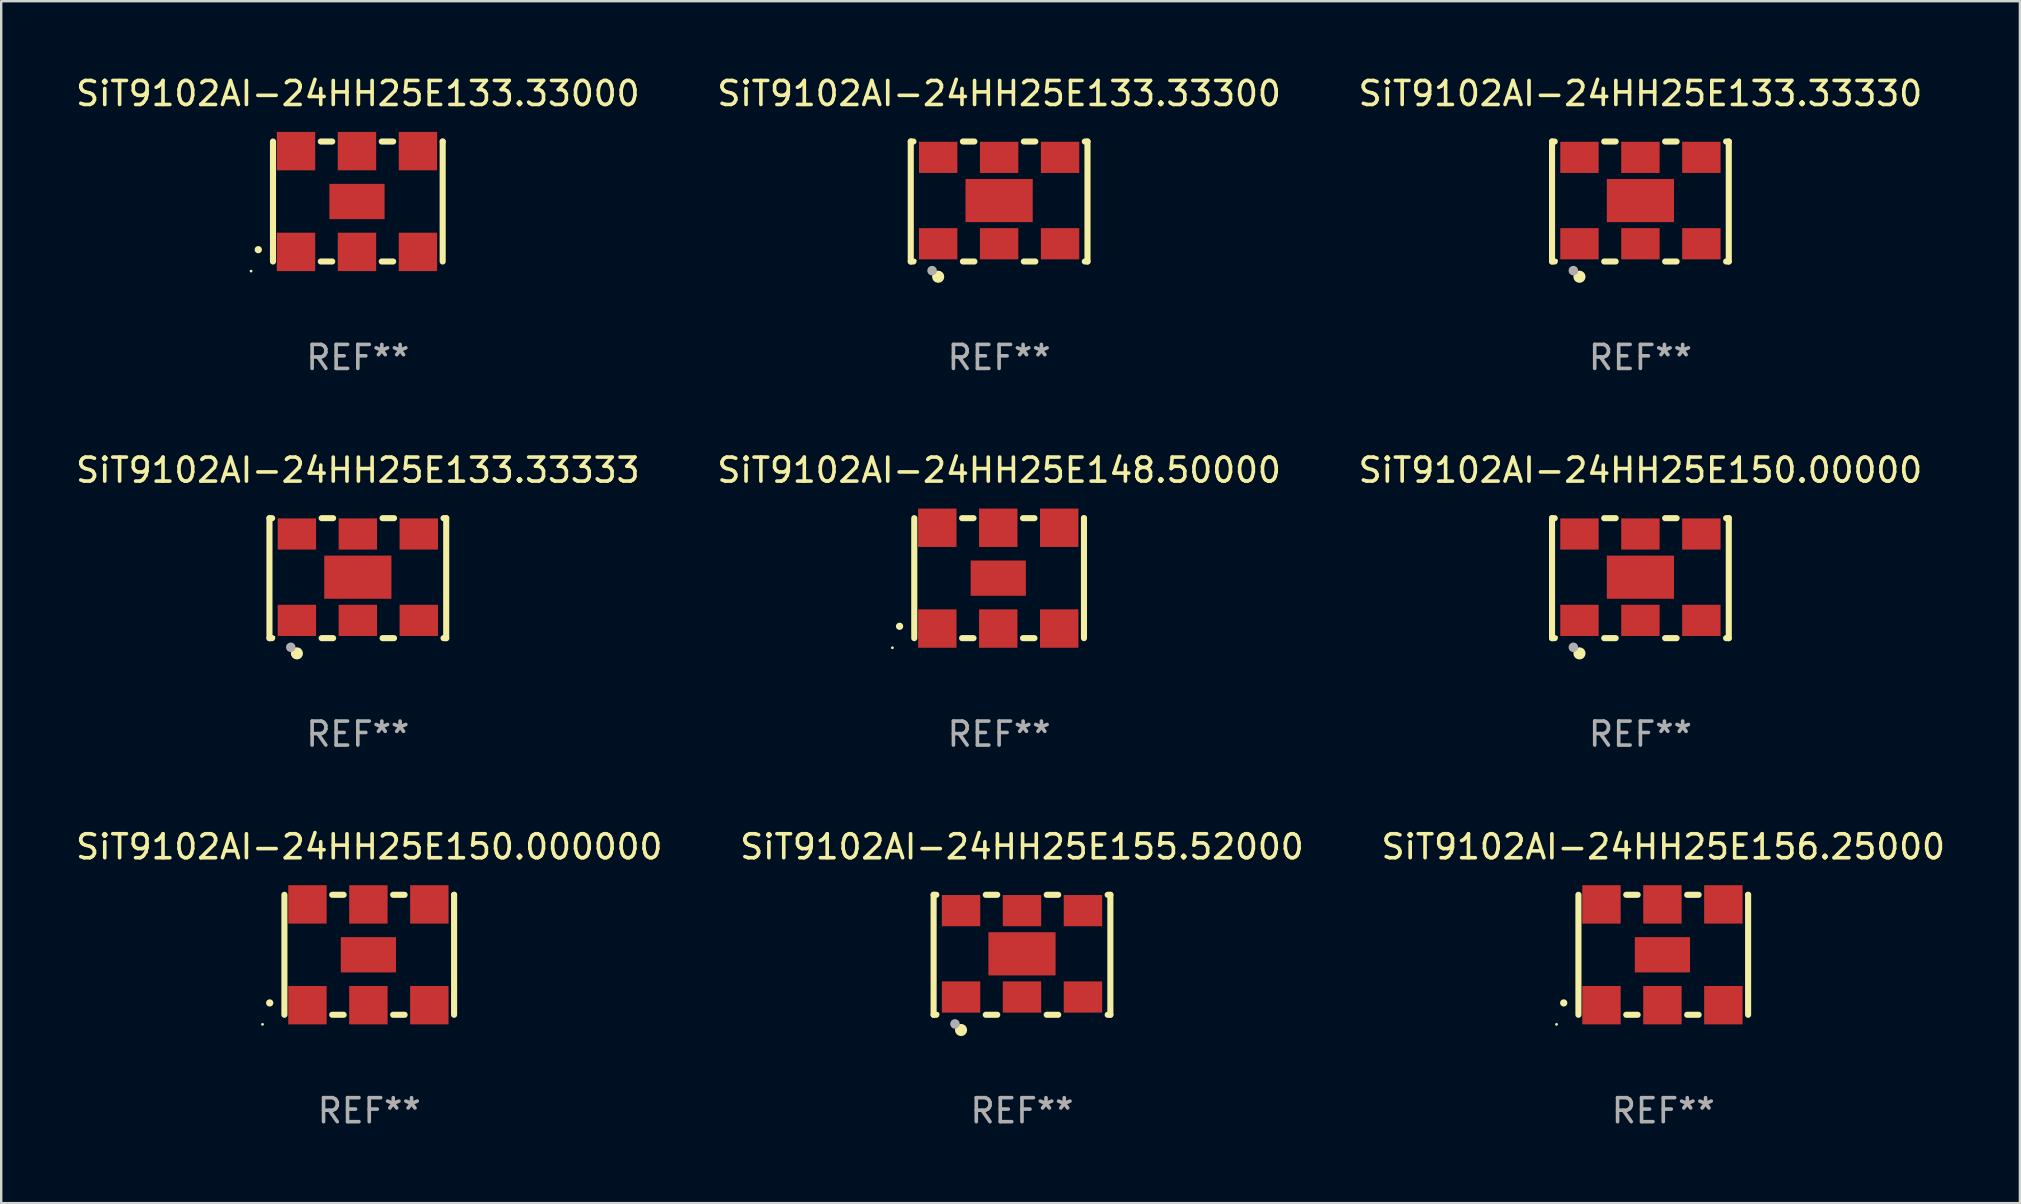
<source format=kicad_pcb>
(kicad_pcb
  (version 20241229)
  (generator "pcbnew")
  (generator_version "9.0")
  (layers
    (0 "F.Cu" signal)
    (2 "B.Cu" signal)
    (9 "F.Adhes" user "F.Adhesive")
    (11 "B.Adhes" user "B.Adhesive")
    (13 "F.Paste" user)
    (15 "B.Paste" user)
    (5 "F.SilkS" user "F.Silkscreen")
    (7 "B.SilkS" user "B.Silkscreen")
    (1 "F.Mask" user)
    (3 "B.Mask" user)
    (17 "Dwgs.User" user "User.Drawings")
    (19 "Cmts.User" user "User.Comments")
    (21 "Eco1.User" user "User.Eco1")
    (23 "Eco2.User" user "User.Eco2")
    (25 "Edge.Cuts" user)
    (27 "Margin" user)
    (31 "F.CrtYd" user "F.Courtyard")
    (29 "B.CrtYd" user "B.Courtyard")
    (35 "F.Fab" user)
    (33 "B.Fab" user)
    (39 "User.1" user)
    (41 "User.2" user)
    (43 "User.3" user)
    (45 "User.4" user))
  (footprint "SiT9102AI-24HH25E156.25000"
    (layer "F.Cu")
    (at 66.268 36.741)
    (property "Reference" "SiT9102AI-24HH25E156.25000" (at 0 -4.5 0) (layer "F.SilkS") (effects (font (size 1 1) (thickness 0.15))))
    (attr through_hole)
    (fp_line (start -3.536 -2.5) (end -3.536 2.5) (stroke (width 0.254) (type solid)) (layer "F.SilkS"))
    (fp_line (start -1.544 2.5) (end -1.067 2.5) (stroke (width 0.254) (type solid)) (layer "F.SilkS"))
    (fp_line (start -1.067 -2.5) (end -1.544 -2.5) (stroke (width 0.254) (type solid)) (layer "F.SilkS"))
    (fp_line (start 0.996 2.5) (end 1.473 2.5) (stroke (width 0.254) (type solid)) (layer "F.SilkS"))
    (fp_line (start 1.473 -2.5) (end 0.996 -2.5) (stroke (width 0.254) (type solid)) (layer "F.SilkS"))
    (fp_line (start 3.536 -2.5) (end 3.536 -2.5) (stroke (width 0.254) (type solid)) (layer "F.SilkS"))
    (fp_line (start 3.536 2.5) (end 3.536 -2.5) (stroke (width 0.254) (type solid)) (layer "F.SilkS"))
    (fp_arc (start -4.150432 2.006604) (mid -4.149162 2.006599) (end -4.147892 2.006604) (stroke (width 0.3) (type solid)) (layer "F.SilkS"))
    (fp_circle (center -4.449 2.9) (end -4.419 2.9) (stroke (width 0.06) (type solid)) (fill no) (layer "F.SilkS"))
    (fp_text user "REF**" (at 0 6.5 0) (layer "F.Fab") (effects (font (size 1 1) (thickness 0.15))))
    (pad "1" smd rect (at -2.576 2.1) (size 1.6 1.6) (layers "F.Cu" "F.Mask" "F.Paste"))
    (pad "2" smd rect (at -0.036 2.1) (size 1.6 1.6) (layers "F.Cu" "F.Mask" "F.Paste"))
    (pad "3" smd rect (at 2.504 2.1) (size 1.6 1.6) (layers "F.Cu" "F.Mask" "F.Paste"))
    (pad "4" smd rect (at 2.504 -2.1) (size 1.6 1.6) (layers "F.Cu" "F.Mask" "F.Paste"))
    (pad "5" smd rect (at -0.036 -2.1) (size 1.6 1.6) (layers "F.Cu" "F.Mask" "F.Paste"))
    (pad "6" smd rect (at -2.576 -2.1) (size 1.6 1.6) (layers "F.Cu" "F.Mask" "F.Paste"))
    (pad "7" smd rect (at -0.036 0) (size 2.3 1.47) (layers "F.Cu" "F.Mask" "F.Paste")))
  (footprint "SiT9102AI-24HH25E133.33000"
    (layer "F.Cu")
    (at 11.863 5.348)
    (property "Reference" "SiT9102AI-24HH25E133.33000" (at 0 -4.5 0) (layer "F.SilkS") (effects (font (size 1 1) (thickness 0.15))))
    (attr through_hole)
    (fp_line (start -3.536 -2.5) (end -3.536 2.5) (stroke (width 0.254) (type solid)) (layer "F.SilkS"))
    (fp_line (start -1.544 2.5) (end -1.067 2.5) (stroke (width 0.254) (type solid)) (layer "F.SilkS"))
    (fp_line (start -1.067 -2.5) (end -1.544 -2.5) (stroke (width 0.254) (type solid)) (layer "F.SilkS"))
    (fp_line (start 0.996 2.5) (end 1.473 2.5) (stroke (width 0.254) (type solid)) (layer "F.SilkS"))
    (fp_line (start 1.473 -2.5) (end 0.996 -2.5) (stroke (width 0.254) (type solid)) (layer "F.SilkS"))
    (fp_line (start 3.536 -2.5) (end 3.536 -2.5) (stroke (width 0.254) (type solid)) (layer "F.SilkS"))
    (fp_line (start 3.536 2.5) (end 3.536 -2.5) (stroke (width 0.254) (type solid)) (layer "F.SilkS"))
    (fp_arc (start -4.150432 2.006604) (mid -4.149162 2.006599) (end -4.147892 2.006604) (stroke (width 0.3) (type solid)) (layer "F.SilkS"))
    (fp_circle (center -4.449 2.9) (end -4.419 2.9) (stroke (width 0.06) (type solid)) (fill no) (layer "F.SilkS"))
    (fp_text user "REF**" (at 0 6.5 0) (layer "F.Fab") (effects (font (size 1 1) (thickness 0.15))))
    (pad "1" smd rect (at -2.576 2.1) (size 1.6 1.6) (layers "F.Cu" "F.Mask" "F.Paste"))
    (pad "2" smd rect (at -0.036 2.1) (size 1.6 1.6) (layers "F.Cu" "F.Mask" "F.Paste"))
    (pad "3" smd rect (at 2.504 2.1) (size 1.6 1.6) (layers "F.Cu" "F.Mask" "F.Paste"))
    (pad "4" smd rect (at 2.504 -2.1) (size 1.6 1.6) (layers "F.Cu" "F.Mask" "F.Paste"))
    (pad "5" smd rect (at -0.036 -2.1) (size 1.6 1.6) (layers "F.Cu" "F.Mask" "F.Paste"))
    (pad "6" smd rect (at -2.576 -2.1) (size 1.6 1.6) (layers "F.Cu" "F.Mask" "F.Paste"))
    (pad "7" smd rect (at -0.036 0) (size 2.3 1.47) (layers "F.Cu" "F.Mask" "F.Paste")))
  (footprint "SiT9102AI-24HH25E150.000000"
    (layer "F.Cu")
    (at 12.339 36.741)
    (property "Reference" "SiT9102AI-24HH25E150.000000" (at 0 -4.5 0) (layer "F.SilkS") (effects (font (size 1 1) (thickness 0.15))))
    (attr through_hole)
    (fp_line (start -3.536 -2.5) (end -3.536 2.5) (stroke (width 0.254) (type solid)) (layer "F.SilkS"))
    (fp_line (start -1.544 2.5) (end -1.067 2.5) (stroke (width 0.254) (type solid)) (layer "F.SilkS"))
    (fp_line (start -1.067 -2.5) (end -1.544 -2.5) (stroke (width 0.254) (type solid)) (layer "F.SilkS"))
    (fp_line (start 0.996 2.5) (end 1.473 2.5) (stroke (width 0.254) (type solid)) (layer "F.SilkS"))
    (fp_line (start 1.473 -2.5) (end 0.996 -2.5) (stroke (width 0.254) (type solid)) (layer "F.SilkS"))
    (fp_line (start 3.536 -2.5) (end 3.536 -2.5) (stroke (width 0.254) (type solid)) (layer "F.SilkS"))
    (fp_line (start 3.536 2.5) (end 3.536 -2.5) (stroke (width 0.254) (type solid)) (layer "F.SilkS"))
    (fp_arc (start -4.150432 2.006604) (mid -4.149162 2.006599) (end -4.147892 2.006604) (stroke (width 0.3) (type solid)) (layer "F.SilkS"))
    (fp_circle (center -4.449 2.9) (end -4.419 2.9) (stroke (width 0.06) (type solid)) (fill no) (layer "F.SilkS"))
    (fp_text user "REF**" (at 0 6.5 0) (layer "F.Fab") (effects (font (size 1 1) (thickness 0.15))))
    (pad "1" smd rect (at -2.576 2.1) (size 1.6 1.6) (layers "F.Cu" "F.Mask" "F.Paste"))
    (pad "2" smd rect (at -0.036 2.1) (size 1.6 1.6) (layers "F.Cu" "F.Mask" "F.Paste"))
    (pad "3" smd rect (at 2.504 2.1) (size 1.6 1.6) (layers "F.Cu" "F.Mask" "F.Paste"))
    (pad "4" smd rect (at 2.504 -2.1) (size 1.6 1.6) (layers "F.Cu" "F.Mask" "F.Paste"))
    (pad "5" smd rect (at -0.036 -2.1) (size 1.6 1.6) (layers "F.Cu" "F.Mask" "F.Paste"))
    (pad "6" smd rect (at -2.576 -2.1) (size 1.6 1.6) (layers "F.Cu" "F.Mask" "F.Paste"))
    (pad "7" smd rect (at -0.036 0) (size 2.3 1.47) (layers "F.Cu" "F.Mask" "F.Paste")))
  (footprint "SiT9102AI-24HH25E133.33330"
    (layer "F.Cu")
    (at 65.315 5.348)
    (property "Reference" "SiT9102AI-24HH25E133.33330" (at 0 -4.5 0) (layer "F.SilkS") (effects (font (size 1 1) (thickness 0.15))))
    (attr through_hole)
    (fp_line (start -3.683 -2.5) (end -3.571 -2.5) (stroke (width 0.254) (type solid)) (layer "F.SilkS"))
    (fp_line (start -3.683 2.5) (end -3.683 -2.5) (stroke (width 0.254) (type solid)) (layer "F.SilkS"))
    (fp_line (start -3.683 2.5) (end -3.571 2.5) (stroke (width 0.254) (type solid)) (layer "F.SilkS"))
    (fp_line (start -1.509 -2.5) (end -1.031 -2.5) (stroke (width 0.254) (type solid)) (layer "F.SilkS"))
    (fp_line (start -1.509 2.5) (end -1.031 2.5) (stroke (width 0.254) (type solid)) (layer "F.SilkS"))
    (fp_line (start 1.031 -2.5) (end 1.509 -2.5) (stroke (width 0.254) (type solid)) (layer "F.SilkS"))
    (fp_line (start 1.031 2.5) (end 1.509 2.5) (stroke (width 0.254) (type solid)) (layer "F.SilkS"))
    (fp_line (start 3.571 -2.5) (end 3.683 -2.5) (stroke (width 0.254) (type solid)) (layer "F.SilkS"))
    (fp_line (start 3.571 2.5) (end 3.683 2.5) (stroke (width 0.254) (type solid)) (layer "F.SilkS"))
    (fp_line (start 3.683 2.5) (end 3.683 -2.5) (stroke (width 0.254) (type solid)) (layer "F.SilkS"))
    (fp_circle (center -3.5 2.46) (end -3.47 2.46) (stroke (width 0.06) (type solid)) (fill no) (layer "F.SilkS"))
    (fp_circle (center -2.54 3.135) (end -2.413 3.135) (stroke (width 0.254) (type solid)) (fill no) (layer "F.SilkS"))
    (fp_circle (center -2.794 2.881) (end -2.694 2.881) (stroke (width 0.2) (type solid)) (fill no) (layer "F.Fab"))
    (fp_text user "REF**" (at 0 6.5 0) (layer "F.Fab") (effects (font (size 1 1) (thickness 0.15))))
    (pad "1" smd rect (at -2.54 1.76) (size 1.6 1.3) (layers "F.Cu" "F.Mask" "F.Paste"))
    (pad "2" smd rect (at 0 1.76) (size 1.6 1.3) (layers "F.Cu" "F.Mask" "F.Paste"))
    (pad "3" smd rect (at 2.54 1.76) (size 1.6 1.3) (layers "F.Cu" "F.Mask" "F.Paste"))
    (pad "4" smd rect (at 2.54 -1.84) (size 1.6 1.3) (layers "F.Cu" "F.Mask" "F.Paste"))
    (pad "5" smd rect (at 0 -1.84) (size 1.6 1.3) (layers "F.Cu" "F.Mask" "F.Paste"))
    (pad "6" smd rect (at -2.54 -1.84) (size 1.6 1.3) (layers "F.Cu" "F.Mask" "F.Paste"))
    (pad "7" smd rect (at 0 -0.04) (size 2.8 1.8) (layers "F.Cu" "F.Mask" "F.Paste")))
  (footprint "SiT9102AI-24HH25E133.33333"
    (layer "F.Cu")
    (at 11.863 21.045)
    (property "Reference" "SiT9102AI-24HH25E133.33333" (at 0 -4.5 0) (layer "F.SilkS") (effects (font (size 1 1) (thickness 0.15))))
    (attr through_hole)
    (fp_line (start -3.683 -2.5) (end -3.571 -2.5) (stroke (width 0.254) (type solid)) (layer "F.SilkS"))
    (fp_line (start -3.683 2.5) (end -3.683 -2.5) (stroke (width 0.254) (type solid)) (layer "F.SilkS"))
    (fp_line (start -3.683 2.5) (end -3.571 2.5) (stroke (width 0.254) (type solid)) (layer "F.SilkS"))
    (fp_line (start -1.509 -2.5) (end -1.031 -2.5) (stroke (width 0.254) (type solid)) (layer "F.SilkS"))
    (fp_line (start -1.509 2.5) (end -1.031 2.5) (stroke (width 0.254) (type solid)) (layer "F.SilkS"))
    (fp_line (start 1.031 -2.5) (end 1.509 -2.5) (stroke (width 0.254) (type solid)) (layer "F.SilkS"))
    (fp_line (start 1.031 2.5) (end 1.509 2.5) (stroke (width 0.254) (type solid)) (layer "F.SilkS"))
    (fp_line (start 3.571 -2.5) (end 3.683 -2.5) (stroke (width 0.254) (type solid)) (layer "F.SilkS"))
    (fp_line (start 3.571 2.5) (end 3.683 2.5) (stroke (width 0.254) (type solid)) (layer "F.SilkS"))
    (fp_line (start 3.683 2.5) (end 3.683 -2.5) (stroke (width 0.254) (type solid)) (layer "F.SilkS"))
    (fp_circle (center -3.5 2.46) (end -3.47 2.46) (stroke (width 0.06) (type solid)) (fill no) (layer "F.SilkS"))
    (fp_circle (center -2.54 3.135) (end -2.413 3.135) (stroke (width 0.254) (type solid)) (fill no) (layer "F.SilkS"))
    (fp_circle (center -2.794 2.881) (end -2.694 2.881) (stroke (width 0.2) (type solid)) (fill no) (layer "F.Fab"))
    (fp_text user "REF**" (at 0 6.5 0) (layer "F.Fab") (effects (font (size 1 1) (thickness 0.15))))
    (pad "1" smd rect (at -2.54 1.76) (size 1.6 1.3) (layers "F.Cu" "F.Mask" "F.Paste"))
    (pad "2" smd rect (at 0 1.76) (size 1.6 1.3) (layers "F.Cu" "F.Mask" "F.Paste"))
    (pad "3" smd rect (at 2.54 1.76) (size 1.6 1.3) (layers "F.Cu" "F.Mask" "F.Paste"))
    (pad "4" smd rect (at 2.54 -1.84) (size 1.6 1.3) (layers "F.Cu" "F.Mask" "F.Paste"))
    (pad "5" smd rect (at 0 -1.84) (size 1.6 1.3) (layers "F.Cu" "F.Mask" "F.Paste"))
    (pad "6" smd rect (at -2.54 -1.84) (size 1.6 1.3) (layers "F.Cu" "F.Mask" "F.Paste"))
    (pad "7" smd rect (at 0 -0.04) (size 2.8 1.8) (layers "F.Cu" "F.Mask" "F.Paste")))
  (footprint "SiT9102AI-24HH25E155.52000"
    (layer "F.Cu")
    (at 39.542 36.741)
    (property "Reference" "SiT9102AI-24HH25E155.52000" (at 0 -4.5 0) (layer "F.SilkS") (effects (font (size 1 1) (thickness 0.15))))
    (attr through_hole)
    (fp_line (start -3.683 -2.5) (end -3.571 -2.5) (stroke (width 0.254) (type solid)) (layer "F.SilkS"))
    (fp_line (start -3.683 2.5) (end -3.683 -2.5) (stroke (width 0.254) (type solid)) (layer "F.SilkS"))
    (fp_line (start -3.683 2.5) (end -3.571 2.5) (stroke (width 0.254) (type solid)) (layer "F.SilkS"))
    (fp_line (start -1.509 -2.5) (end -1.031 -2.5) (stroke (width 0.254) (type solid)) (layer "F.SilkS"))
    (fp_line (start -1.509 2.5) (end -1.031 2.5) (stroke (width 0.254) (type solid)) (layer "F.SilkS"))
    (fp_line (start 1.031 -2.5) (end 1.509 -2.5) (stroke (width 0.254) (type solid)) (layer "F.SilkS"))
    (fp_line (start 1.031 2.5) (end 1.509 2.5) (stroke (width 0.254) (type solid)) (layer "F.SilkS"))
    (fp_line (start 3.571 -2.5) (end 3.683 -2.5) (stroke (width 0.254) (type solid)) (layer "F.SilkS"))
    (fp_line (start 3.571 2.5) (end 3.683 2.5) (stroke (width 0.254) (type solid)) (layer "F.SilkS"))
    (fp_line (start 3.683 2.5) (end 3.683 -2.5) (stroke (width 0.254) (type solid)) (layer "F.SilkS"))
    (fp_circle (center -3.5 2.46) (end -3.47 2.46) (stroke (width 0.06) (type solid)) (fill no) (layer "F.SilkS"))
    (fp_circle (center -2.54 3.135) (end -2.413 3.135) (stroke (width 0.254) (type solid)) (fill no) (layer "F.SilkS"))
    (fp_circle (center -2.794 2.881) (end -2.694 2.881) (stroke (width 0.2) (type solid)) (fill no) (layer "F.Fab"))
    (fp_text user "REF**" (at 0 6.5 0) (layer "F.Fab") (effects (font (size 1 1) (thickness 0.15))))
    (pad "1" smd rect (at -2.54 1.76) (size 1.6 1.3) (layers "F.Cu" "F.Mask" "F.Paste"))
    (pad "2" smd rect (at 0 1.76) (size 1.6 1.3) (layers "F.Cu" "F.Mask" "F.Paste"))
    (pad "3" smd rect (at 2.54 1.76) (size 1.6 1.3) (layers "F.Cu" "F.Mask" "F.Paste"))
    (pad "4" smd rect (at 2.54 -1.84) (size 1.6 1.3) (layers "F.Cu" "F.Mask" "F.Paste"))
    (pad "5" smd rect (at 0 -1.84) (size 1.6 1.3) (layers "F.Cu" "F.Mask" "F.Paste"))
    (pad "6" smd rect (at -2.54 -1.84) (size 1.6 1.3) (layers "F.Cu" "F.Mask" "F.Paste"))
    (pad "7" smd rect (at 0 -0.04) (size 2.8 1.8) (layers "F.Cu" "F.Mask" "F.Paste")))
  (footprint "SiT9102AI-24HH25E148.50000"
    (layer "F.Cu")
    (at 38.589 21.045)
    (property "Reference" "SiT9102AI-24HH25E148.50000" (at 0 -4.5 0) (layer "F.SilkS") (effects (font (size 1 1) (thickness 0.15))))
    (attr through_hole)
    (fp_line (start -3.536 -2.5) (end -3.536 2.5) (stroke (width 0.254) (type solid)) (layer "F.SilkS"))
    (fp_line (start -1.544 2.5) (end -1.067 2.5) (stroke (width 0.254) (type solid)) (layer "F.SilkS"))
    (fp_line (start -1.067 -2.5) (end -1.544 -2.5) (stroke (width 0.254) (type solid)) (layer "F.SilkS"))
    (fp_line (start 0.996 2.5) (end 1.473 2.5) (stroke (width 0.254) (type solid)) (layer "F.SilkS"))
    (fp_line (start 1.473 -2.5) (end 0.996 -2.5) (stroke (width 0.254) (type solid)) (layer "F.SilkS"))
    (fp_line (start 3.536 -2.5) (end 3.536 -2.5) (stroke (width 0.254) (type solid)) (layer "F.SilkS"))
    (fp_line (start 3.536 2.5) (end 3.536 -2.5) (stroke (width 0.254) (type solid)) (layer "F.SilkS"))
    (fp_arc (start -4.150432 2.006604) (mid -4.149162 2.006599) (end -4.147892 2.006604) (stroke (width 0.3) (type solid)) (layer "F.SilkS"))
    (fp_circle (center -4.449 2.9) (end -4.419 2.9) (stroke (width 0.06) (type solid)) (fill no) (layer "F.SilkS"))
    (fp_text user "REF**" (at 0 6.5 0) (layer "F.Fab") (effects (font (size 1 1) (thickness 0.15))))
    (pad "1" smd rect (at -2.576 2.1) (size 1.6 1.6) (layers "F.Cu" "F.Mask" "F.Paste"))
    (pad "2" smd rect (at -0.036 2.1) (size 1.6 1.6) (layers "F.Cu" "F.Mask" "F.Paste"))
    (pad "3" smd rect (at 2.504 2.1) (size 1.6 1.6) (layers "F.Cu" "F.Mask" "F.Paste"))
    (pad "4" smd rect (at 2.504 -2.1) (size 1.6 1.6) (layers "F.Cu" "F.Mask" "F.Paste"))
    (pad "5" smd rect (at -0.036 -2.1) (size 1.6 1.6) (layers "F.Cu" "F.Mask" "F.Paste"))
    (pad "6" smd rect (at -2.576 -2.1) (size 1.6 1.6) (layers "F.Cu" "F.Mask" "F.Paste"))
    (pad "7" smd rect (at -0.036 0) (size 2.3 1.47) (layers "F.Cu" "F.Mask" "F.Paste")))
  (footprint "SiT9102AI-24HH25E150.00000"
    (layer "F.Cu")
    (at 65.315 21.045)
    (property "Reference" "SiT9102AI-24HH25E150.00000" (at 0 -4.5 0) (layer "F.SilkS") (effects (font (size 1 1) (thickness 0.15))))
    (attr through_hole)
    (fp_line (start -3.683 -2.5) (end -3.571 -2.5) (stroke (width 0.254) (type solid)) (layer "F.SilkS"))
    (fp_line (start -3.683 2.5) (end -3.683 -2.5) (stroke (width 0.254) (type solid)) (layer "F.SilkS"))
    (fp_line (start -3.683 2.5) (end -3.571 2.5) (stroke (width 0.254) (type solid)) (layer "F.SilkS"))
    (fp_line (start -1.509 -2.5) (end -1.031 -2.5) (stroke (width 0.254) (type solid)) (layer "F.SilkS"))
    (fp_line (start -1.509 2.5) (end -1.031 2.5) (stroke (width 0.254) (type solid)) (layer "F.SilkS"))
    (fp_line (start 1.031 -2.5) (end 1.509 -2.5) (stroke (width 0.254) (type solid)) (layer "F.SilkS"))
    (fp_line (start 1.031 2.5) (end 1.509 2.5) (stroke (width 0.254) (type solid)) (layer "F.SilkS"))
    (fp_line (start 3.571 -2.5) (end 3.683 -2.5) (stroke (width 0.254) (type solid)) (layer "F.SilkS"))
    (fp_line (start 3.571 2.5) (end 3.683 2.5) (stroke (width 0.254) (type solid)) (layer "F.SilkS"))
    (fp_line (start 3.683 2.5) (end 3.683 -2.5) (stroke (width 0.254) (type solid)) (layer "F.SilkS"))
    (fp_circle (center -3.5 2.46) (end -3.47 2.46) (stroke (width 0.06) (type solid)) (fill no) (layer "F.SilkS"))
    (fp_circle (center -2.54 3.135) (end -2.413 3.135) (stroke (width 0.254) (type solid)) (fill no) (layer "F.SilkS"))
    (fp_circle (center -2.794 2.881) (end -2.694 2.881) (stroke (width 0.2) (type solid)) (fill no) (layer "F.Fab"))
    (fp_text user "REF**" (at 0 6.5 0) (layer "F.Fab") (effects (font (size 1 1) (thickness 0.15))))
    (pad "1" smd rect (at -2.54 1.76) (size 1.6 1.3) (layers "F.Cu" "F.Mask" "F.Paste"))
    (pad "2" smd rect (at 0 1.76) (size 1.6 1.3) (layers "F.Cu" "F.Mask" "F.Paste"))
    (pad "3" smd rect (at 2.54 1.76) (size 1.6 1.3) (layers "F.Cu" "F.Mask" "F.Paste"))
    (pad "4" smd rect (at 2.54 -1.84) (size 1.6 1.3) (layers "F.Cu" "F.Mask" "F.Paste"))
    (pad "5" smd rect (at 0 -1.84) (size 1.6 1.3) (layers "F.Cu" "F.Mask" "F.Paste"))
    (pad "6" smd rect (at -2.54 -1.84) (size 1.6 1.3) (layers "F.Cu" "F.Mask" "F.Paste"))
    (pad "7" smd rect (at 0 -0.04) (size 2.8 1.8) (layers "F.Cu" "F.Mask" "F.Paste")))
  (footprint "SiT9102AI-24HH25E133.33300"
    (layer "F.Cu")
    (at 38.589 5.348)
    (property "Reference" "SiT9102AI-24HH25E133.33300" (at 0 -4.5 0) (layer "F.SilkS") (effects (font (size 1 1) (thickness 0.15))))
    (attr through_hole)
    (fp_line (start -3.683 -2.5) (end -3.571 -2.5) (stroke (width 0.254) (type solid)) (layer "F.SilkS"))
    (fp_line (start -3.683 2.5) (end -3.683 -2.5) (stroke (width 0.254) (type solid)) (layer "F.SilkS"))
    (fp_line (start -3.683 2.5) (end -3.571 2.5) (stroke (width 0.254) (type solid)) (layer "F.SilkS"))
    (fp_line (start -1.509 -2.5) (end -1.031 -2.5) (stroke (width 0.254) (type solid)) (layer "F.SilkS"))
    (fp_line (start -1.509 2.5) (end -1.031 2.5) (stroke (width 0.254) (type solid)) (layer "F.SilkS"))
    (fp_line (start 1.031 -2.5) (end 1.509 -2.5) (stroke (width 0.254) (type solid)) (layer "F.SilkS"))
    (fp_line (start 1.031 2.5) (end 1.509 2.5) (stroke (width 0.254) (type solid)) (layer "F.SilkS"))
    (fp_line (start 3.571 -2.5) (end 3.683 -2.5) (stroke (width 0.254) (type solid)) (layer "F.SilkS"))
    (fp_line (start 3.571 2.5) (end 3.683 2.5) (stroke (width 0.254) (type solid)) (layer "F.SilkS"))
    (fp_line (start 3.683 2.5) (end 3.683 -2.5) (stroke (width 0.254) (type solid)) (layer "F.SilkS"))
    (fp_circle (center -3.5 2.46) (end -3.47 2.46) (stroke (width 0.06) (type solid)) (fill no) (layer "F.SilkS"))
    (fp_circle (center -2.54 3.135) (end -2.413 3.135) (stroke (width 0.254) (type solid)) (fill no) (layer "F.SilkS"))
    (fp_circle (center -2.794 2.881) (end -2.694 2.881) (stroke (width 0.2) (type solid)) (fill no) (layer "F.Fab"))
    (fp_text user "REF**" (at 0 6.5 0) (layer "F.Fab") (effects (font (size 1 1) (thickness 0.15))))
    (pad "1" smd rect (at -2.54 1.76) (size 1.6 1.3) (layers "F.Cu" "F.Mask" "F.Paste"))
    (pad "2" smd rect (at 0 1.76) (size 1.6 1.3) (layers "F.Cu" "F.Mask" "F.Paste"))
    (pad "3" smd rect (at 2.54 1.76) (size 1.6 1.3) (layers "F.Cu" "F.Mask" "F.Paste"))
    (pad "4" smd rect (at 2.54 -1.84) (size 1.6 1.3) (layers "F.Cu" "F.Mask" "F.Paste"))
    (pad "5" smd rect (at 0 -1.84) (size 1.6 1.3) (layers "F.Cu" "F.Mask" "F.Paste"))
    (pad "6" smd rect (at -2.54 -1.84) (size 1.6 1.3) (layers "F.Cu" "F.Mask" "F.Paste"))
    (pad "7" smd rect (at 0 -0.04) (size 2.8 1.8) (layers "F.Cu" "F.Mask" "F.Paste")))
  (gr_rect
    (start -3 -3)
    (end 81.131 47.09)
    (stroke (width 0.1) (type default))
    (fill no)
    (layer "Edge.Cuts")))
</source>
